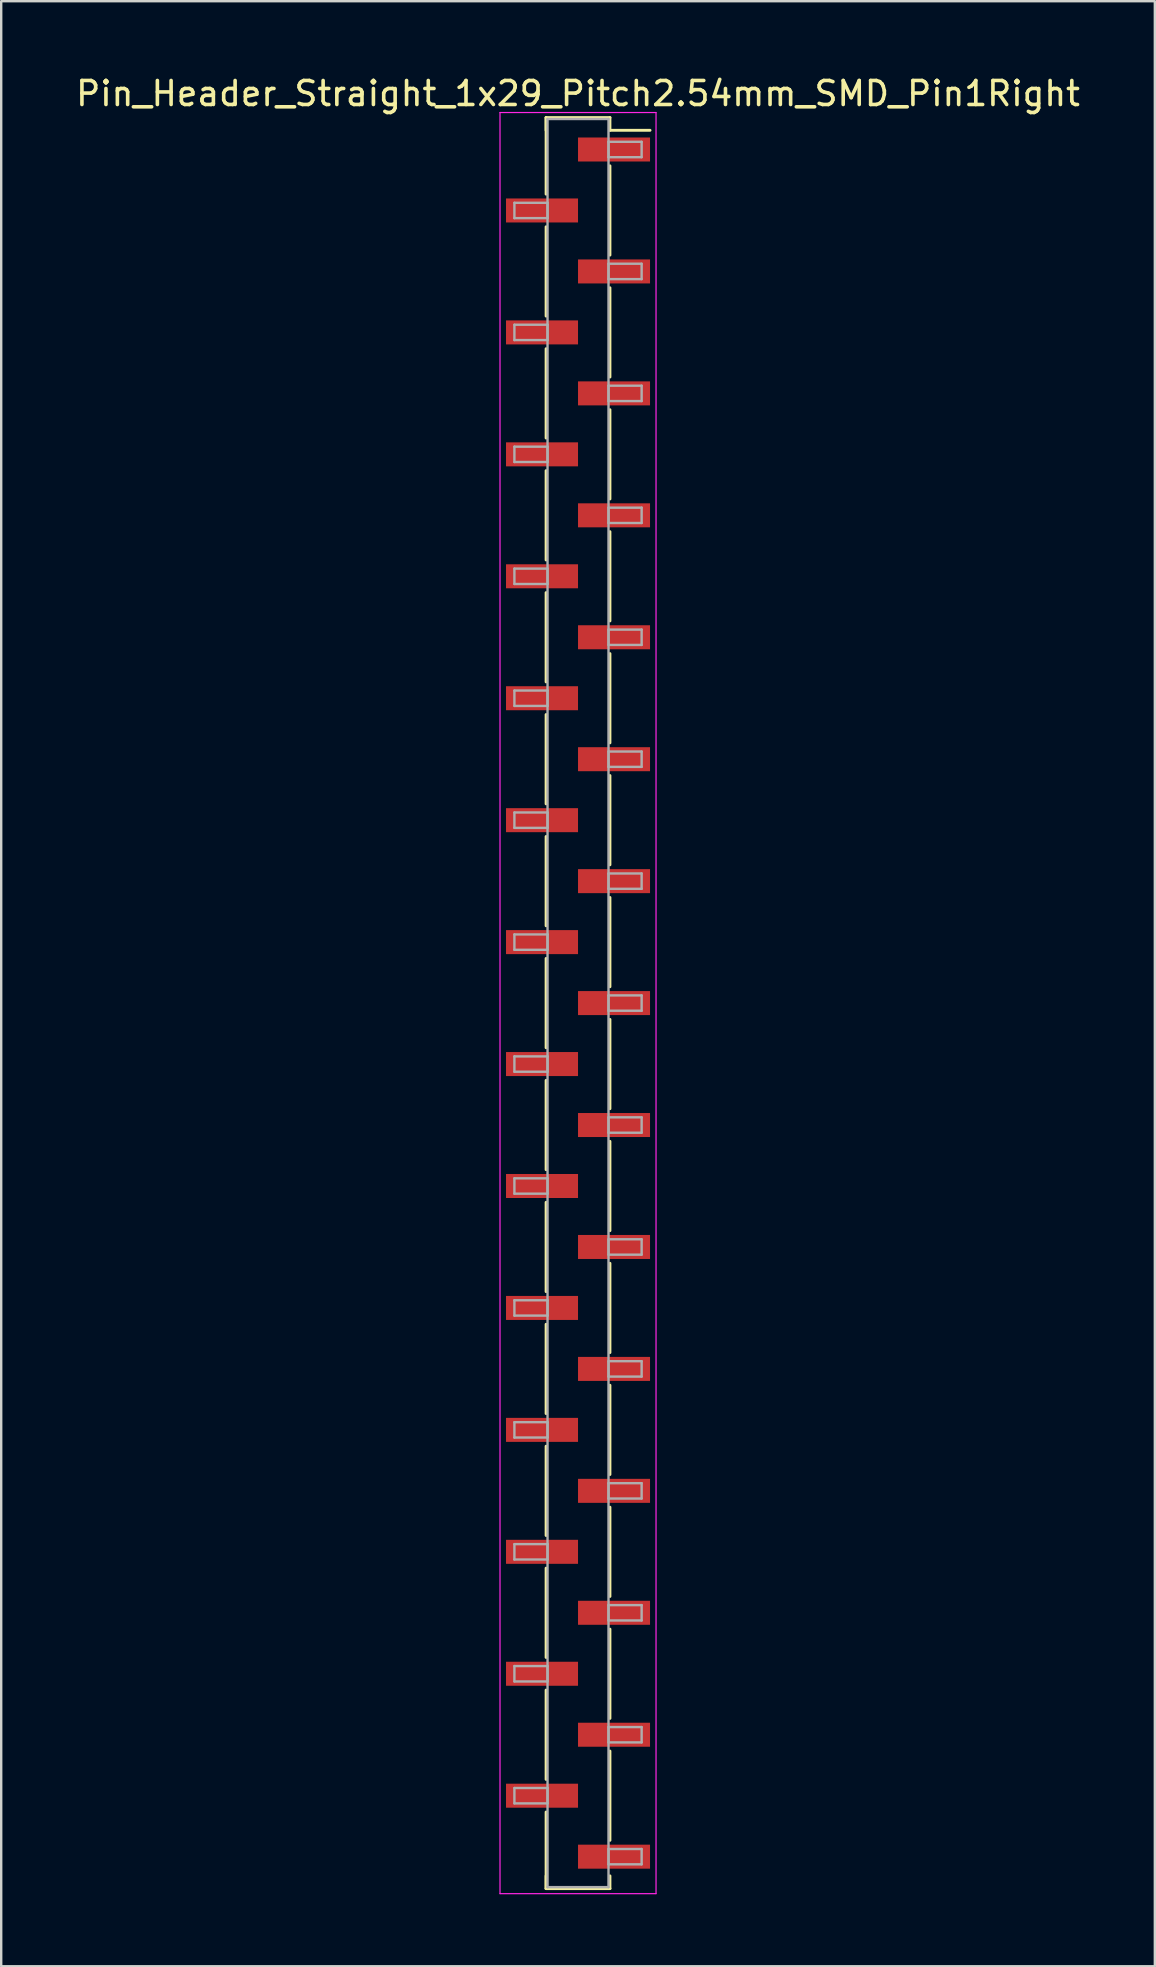
<source format=kicad_pcb>
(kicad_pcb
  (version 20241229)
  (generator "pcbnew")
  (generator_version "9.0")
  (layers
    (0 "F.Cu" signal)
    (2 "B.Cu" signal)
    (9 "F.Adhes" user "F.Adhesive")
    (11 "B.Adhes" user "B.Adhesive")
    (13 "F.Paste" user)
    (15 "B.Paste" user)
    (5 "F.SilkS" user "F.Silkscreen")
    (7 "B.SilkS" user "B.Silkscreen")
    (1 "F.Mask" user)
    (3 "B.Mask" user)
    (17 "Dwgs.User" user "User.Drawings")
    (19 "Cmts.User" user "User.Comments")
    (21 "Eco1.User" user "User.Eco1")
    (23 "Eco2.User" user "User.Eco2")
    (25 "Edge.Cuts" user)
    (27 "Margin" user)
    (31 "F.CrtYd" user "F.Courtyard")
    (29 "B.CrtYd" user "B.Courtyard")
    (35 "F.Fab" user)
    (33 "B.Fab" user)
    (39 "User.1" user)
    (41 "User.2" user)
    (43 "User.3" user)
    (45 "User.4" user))
  (footprint "Pin_Header_Straight_1x29_Pitch2.54mm_SMD_Pin1Right"
    (layer "F.Cu")
    (at 21.03 38.738)
    (property "Reference" "Pin_Header_Straight_1x29_Pitch2.54mm_SMD_Pin1Right" (at 0 -37.89 0) (layer "F.SilkS") (effects (font (size 1 1) (thickness 0.15))))
    (attr smd)
    (fp_line (start -1.33 -36.89) (end -1.33 -33.7) (stroke (width 0.12) (type solid)) (layer "F.SilkS"))
    (fp_line (start -1.33 -36.89) (end 1.33 -36.89) (stroke (width 0.12) (type solid)) (layer "F.SilkS"))
    (fp_line (start -1.33 -36.36) (end -1.33 -36.89) (stroke (width 0.12) (type solid)) (layer "F.SilkS"))
    (fp_line (start -1.33 -32.34) (end -1.33 -28.62) (stroke (width 0.12) (type solid)) (layer "F.SilkS"))
    (fp_line (start -1.33 -27.26) (end -1.33 -23.54) (stroke (width 0.12) (type solid)) (layer "F.SilkS"))
    (fp_line (start -1.33 -22.18) (end -1.33 -18.46) (stroke (width 0.12) (type solid)) (layer "F.SilkS"))
    (fp_line (start -1.33 -17.1) (end -1.33 -13.38) (stroke (width 0.12) (type solid)) (layer "F.SilkS"))
    (fp_line (start -1.33 -12.02) (end -1.33 -8.3) (stroke (width 0.12) (type solid)) (layer "F.SilkS"))
    (fp_line (start -1.33 -6.94) (end -1.33 -3.22) (stroke (width 0.12) (type solid)) (layer "F.SilkS"))
    (fp_line (start -1.33 -1.86) (end -1.33 1.86) (stroke (width 0.12) (type solid)) (layer "F.SilkS"))
    (fp_line (start -1.33 3.22) (end -1.33 6.94) (stroke (width 0.12) (type solid)) (layer "F.SilkS"))
    (fp_line (start -1.33 8.3) (end -1.33 12.02) (stroke (width 0.12) (type solid)) (layer "F.SilkS"))
    (fp_line (start -1.33 13.38) (end -1.33 17.1) (stroke (width 0.12) (type solid)) (layer "F.SilkS"))
    (fp_line (start -1.33 18.46) (end -1.33 22.18) (stroke (width 0.12) (type solid)) (layer "F.SilkS"))
    (fp_line (start -1.33 23.54) (end -1.33 27.26) (stroke (width 0.12) (type solid)) (layer "F.SilkS"))
    (fp_line (start -1.33 28.62) (end -1.33 32.34) (stroke (width 0.12) (type solid)) (layer "F.SilkS"))
    (fp_line (start -1.33 33.7) (end -1.33 36.89) (stroke (width 0.12) (type solid)) (layer "F.SilkS"))
    (fp_line (start -1.33 36.36) (end -1.33 36.89) (stroke (width 0.12) (type solid)) (layer "F.SilkS"))
    (fp_line (start -1.33 36.89) (end 1.33 36.89) (stroke (width 0.12) (type solid)) (layer "F.SilkS"))
    (fp_line (start 1.33 -36.89) (end 1.33 -36.36) (stroke (width 0.12) (type solid)) (layer "F.SilkS"))
    (fp_line (start 1.33 -36.36) (end 3 -36.36) (stroke (width 0.12) (type solid)) (layer "F.SilkS"))
    (fp_line (start 1.33 -34.88) (end 1.33 -31.16) (stroke (width 0.12) (type solid)) (layer "F.SilkS"))
    (fp_line (start 1.33 -29.8) (end 1.33 -26.08) (stroke (width 0.12) (type solid)) (layer "F.SilkS"))
    (fp_line (start 1.33 -24.72) (end 1.33 -21) (stroke (width 0.12) (type solid)) (layer "F.SilkS"))
    (fp_line (start 1.33 -19.64) (end 1.33 -15.92) (stroke (width 0.12) (type solid)) (layer "F.SilkS"))
    (fp_line (start 1.33 -14.56) (end 1.33 -10.84) (stroke (width 0.12) (type solid)) (layer "F.SilkS"))
    (fp_line (start 1.33 -9.48) (end 1.33 -5.76) (stroke (width 0.12) (type solid)) (layer "F.SilkS"))
    (fp_line (start 1.33 -4.4) (end 1.33 -0.68) (stroke (width 0.12) (type solid)) (layer "F.SilkS"))
    (fp_line (start 1.33 0.68) (end 1.33 4.4) (stroke (width 0.12) (type solid)) (layer "F.SilkS"))
    (fp_line (start 1.33 5.76) (end 1.33 9.48) (stroke (width 0.12) (type solid)) (layer "F.SilkS"))
    (fp_line (start 1.33 10.84) (end 1.33 14.56) (stroke (width 0.12) (type solid)) (layer "F.SilkS"))
    (fp_line (start 1.33 15.92) (end 1.33 19.64) (stroke (width 0.12) (type solid)) (layer "F.SilkS"))
    (fp_line (start 1.33 21) (end 1.33 24.72) (stroke (width 0.12) (type solid)) (layer "F.SilkS"))
    (fp_line (start 1.33 26.08) (end 1.33 29.8) (stroke (width 0.12) (type solid)) (layer "F.SilkS"))
    (fp_line (start 1.33 31.16) (end 1.33 34.88) (stroke (width 0.12) (type solid)) (layer "F.SilkS"))
    (fp_line (start 1.33 36.89) (end 1.33 36.36) (stroke (width 0.12) (type solid)) (layer "F.SilkS"))
    (fp_line (start -3.25 -37.1) (end -3.25 37.1) (stroke (width 0.05) (type solid)) (layer "F.CrtYd"))
    (fp_line (start -3.25 37.1) (end 3.25 37.1) (stroke (width 0.05) (type solid)) (layer "F.CrtYd"))
    (fp_line (start 3.25 -37.1) (end -3.25 -37.1) (stroke (width 0.05) (type solid)) (layer "F.CrtYd"))
    (fp_line (start 3.25 37.1) (end 3.25 -37.1) (stroke (width 0.05) (type solid)) (layer "F.CrtYd"))
    (fp_line (start -2.65 -33.34) (end -1.27 -33.34) (stroke (width 0.1) (type solid)) (layer "F.Fab"))
    (fp_line (start -2.65 -32.7) (end -2.65 -33.34) (stroke (width 0.1) (type solid)) (layer "F.Fab"))
    (fp_line (start -2.65 -28.26) (end -1.27 -28.26) (stroke (width 0.1) (type solid)) (layer "F.Fab"))
    (fp_line (start -2.65 -27.62) (end -2.65 -28.26) (stroke (width 0.1) (type solid)) (layer "F.Fab"))
    (fp_line (start -2.65 -23.18) (end -1.27 -23.18) (stroke (width 0.1) (type solid)) (layer "F.Fab"))
    (fp_line (start -2.65 -22.54) (end -2.65 -23.18) (stroke (width 0.1) (type solid)) (layer "F.Fab"))
    (fp_line (start -2.65 -18.1) (end -1.27 -18.1) (stroke (width 0.1) (type solid)) (layer "F.Fab"))
    (fp_line (start -2.65 -17.46) (end -2.65 -18.1) (stroke (width 0.1) (type solid)) (layer "F.Fab"))
    (fp_line (start -2.65 -13.02) (end -1.27 -13.02) (stroke (width 0.1) (type solid)) (layer "F.Fab"))
    (fp_line (start -2.65 -12.38) (end -2.65 -13.02) (stroke (width 0.1) (type solid)) (layer "F.Fab"))
    (fp_line (start -2.65 -7.94) (end -1.27 -7.94) (stroke (width 0.1) (type solid)) (layer "F.Fab"))
    (fp_line (start -2.65 -7.3) (end -2.65 -7.94) (stroke (width 0.1) (type solid)) (layer "F.Fab"))
    (fp_line (start -2.65 -2.86) (end -1.27 -2.86) (stroke (width 0.1) (type solid)) (layer "F.Fab"))
    (fp_line (start -2.65 -2.22) (end -2.65 -2.86) (stroke (width 0.1) (type solid)) (layer "F.Fab"))
    (fp_line (start -2.65 2.22) (end -1.27 2.22) (stroke (width 0.1) (type solid)) (layer "F.Fab"))
    (fp_line (start -2.65 2.86) (end -2.65 2.22) (stroke (width 0.1) (type solid)) (layer "F.Fab"))
    (fp_line (start -2.65 7.3) (end -1.27 7.3) (stroke (width 0.1) (type solid)) (layer "F.Fab"))
    (fp_line (start -2.65 7.94) (end -2.65 7.3) (stroke (width 0.1) (type solid)) (layer "F.Fab"))
    (fp_line (start -2.65 12.38) (end -1.27 12.38) (stroke (width 0.1) (type solid)) (layer "F.Fab"))
    (fp_line (start -2.65 13.02) (end -2.65 12.38) (stroke (width 0.1) (type solid)) (layer "F.Fab"))
    (fp_line (start -2.65 17.46) (end -1.27 17.46) (stroke (width 0.1) (type solid)) (layer "F.Fab"))
    (fp_line (start -2.65 18.1) (end -2.65 17.46) (stroke (width 0.1) (type solid)) (layer "F.Fab"))
    (fp_line (start -2.65 22.54) (end -1.27 22.54) (stroke (width 0.1) (type solid)) (layer "F.Fab"))
    (fp_line (start -2.65 23.18) (end -2.65 22.54) (stroke (width 0.1) (type solid)) (layer "F.Fab"))
    (fp_line (start -2.65 27.62) (end -1.27 27.62) (stroke (width 0.1) (type solid)) (layer "F.Fab"))
    (fp_line (start -2.65 28.26) (end -2.65 27.62) (stroke (width 0.1) (type solid)) (layer "F.Fab"))
    (fp_line (start -2.65 32.7) (end -1.27 32.7) (stroke (width 0.1) (type solid)) (layer "F.Fab"))
    (fp_line (start -2.65 33.34) (end -2.65 32.7) (stroke (width 0.1) (type solid)) (layer "F.Fab"))
    (fp_line (start -1.27 -36.83) (end -1.27 36.83) (stroke (width 0.1) (type solid)) (layer "F.Fab"))
    (fp_line (start -1.27 -33.34) (end -1.27 -32.7) (stroke (width 0.1) (type solid)) (layer "F.Fab"))
    (fp_line (start -1.27 -32.7) (end -2.65 -32.7) (stroke (width 0.1) (type solid)) (layer "F.Fab"))
    (fp_line (start -1.27 -28.26) (end -1.27 -27.62) (stroke (width 0.1) (type solid)) (layer "F.Fab"))
    (fp_line (start -1.27 -27.62) (end -2.65 -27.62) (stroke (width 0.1) (type solid)) (layer "F.Fab"))
    (fp_line (start -1.27 -23.18) (end -1.27 -22.54) (stroke (width 0.1) (type solid)) (layer "F.Fab"))
    (fp_line (start -1.27 -22.54) (end -2.65 -22.54) (stroke (width 0.1) (type solid)) (layer "F.Fab"))
    (fp_line (start -1.27 -18.1) (end -1.27 -17.46) (stroke (width 0.1) (type solid)) (layer "F.Fab"))
    (fp_line (start -1.27 -17.46) (end -2.65 -17.46) (stroke (width 0.1) (type solid)) (layer "F.Fab"))
    (fp_line (start -1.27 -13.02) (end -1.27 -12.38) (stroke (width 0.1) (type solid)) (layer "F.Fab"))
    (fp_line (start -1.27 -12.38) (end -2.65 -12.38) (stroke (width 0.1) (type solid)) (layer "F.Fab"))
    (fp_line (start -1.27 -7.94) (end -1.27 -7.3) (stroke (width 0.1) (type solid)) (layer "F.Fab"))
    (fp_line (start -1.27 -7.3) (end -2.65 -7.3) (stroke (width 0.1) (type solid)) (layer "F.Fab"))
    (fp_line (start -1.27 -2.86) (end -1.27 -2.22) (stroke (width 0.1) (type solid)) (layer "F.Fab"))
    (fp_line (start -1.27 -2.22) (end -2.65 -2.22) (stroke (width 0.1) (type solid)) (layer "F.Fab"))
    (fp_line (start -1.27 2.22) (end -1.27 2.86) (stroke (width 0.1) (type solid)) (layer "F.Fab"))
    (fp_line (start -1.27 2.86) (end -2.65 2.86) (stroke (width 0.1) (type solid)) (layer "F.Fab"))
    (fp_line (start -1.27 7.3) (end -1.27 7.94) (stroke (width 0.1) (type solid)) (layer "F.Fab"))
    (fp_line (start -1.27 7.94) (end -2.65 7.94) (stroke (width 0.1) (type solid)) (layer "F.Fab"))
    (fp_line (start -1.27 12.38) (end -1.27 13.02) (stroke (width 0.1) (type solid)) (layer "F.Fab"))
    (fp_line (start -1.27 13.02) (end -2.65 13.02) (stroke (width 0.1) (type solid)) (layer "F.Fab"))
    (fp_line (start -1.27 17.46) (end -1.27 18.1) (stroke (width 0.1) (type solid)) (layer "F.Fab"))
    (fp_line (start -1.27 18.1) (end -2.65 18.1) (stroke (width 0.1) (type solid)) (layer "F.Fab"))
    (fp_line (start -1.27 22.54) (end -1.27 23.18) (stroke (width 0.1) (type solid)) (layer "F.Fab"))
    (fp_line (start -1.27 23.18) (end -2.65 23.18) (stroke (width 0.1) (type solid)) (layer "F.Fab"))
    (fp_line (start -1.27 27.62) (end -1.27 28.26) (stroke (width 0.1) (type solid)) (layer "F.Fab"))
    (fp_line (start -1.27 28.26) (end -2.65 28.26) (stroke (width 0.1) (type solid)) (layer "F.Fab"))
    (fp_line (start -1.27 32.7) (end -1.27 33.34) (stroke (width 0.1) (type solid)) (layer "F.Fab"))
    (fp_line (start -1.27 33.34) (end -2.65 33.34) (stroke (width 0.1) (type solid)) (layer "F.Fab"))
    (fp_line (start -1.27 36.83) (end 1.27 36.83) (stroke (width 0.1) (type solid)) (layer "F.Fab"))
    (fp_line (start 1.27 -36.83) (end -1.27 -36.83) (stroke (width 0.1) (type solid)) (layer "F.Fab"))
    (fp_line (start 1.27 -35.88) (end 1.27 -35.24) (stroke (width 0.1) (type solid)) (layer "F.Fab"))
    (fp_line (start 1.27 -35.24) (end 2.65 -35.24) (stroke (width 0.1) (type solid)) (layer "F.Fab"))
    (fp_line (start 1.27 -30.8) (end 1.27 -30.16) (stroke (width 0.1) (type solid)) (layer "F.Fab"))
    (fp_line (start 1.27 -30.16) (end 2.65 -30.16) (stroke (width 0.1) (type solid)) (layer "F.Fab"))
    (fp_line (start 1.27 -25.72) (end 1.27 -25.08) (stroke (width 0.1) (type solid)) (layer "F.Fab"))
    (fp_line (start 1.27 -25.08) (end 2.65 -25.08) (stroke (width 0.1) (type solid)) (layer "F.Fab"))
    (fp_line (start 1.27 -20.64) (end 1.27 -20) (stroke (width 0.1) (type solid)) (layer "F.Fab"))
    (fp_line (start 1.27 -20) (end 2.65 -20) (stroke (width 0.1) (type solid)) (layer "F.Fab"))
    (fp_line (start 1.27 -15.56) (end 1.27 -14.92) (stroke (width 0.1) (type solid)) (layer "F.Fab"))
    (fp_line (start 1.27 -14.92) (end 2.65 -14.92) (stroke (width 0.1) (type solid)) (layer "F.Fab"))
    (fp_line (start 1.27 -10.48) (end 1.27 -9.84) (stroke (width 0.1) (type solid)) (layer "F.Fab"))
    (fp_line (start 1.27 -9.84) (end 2.65 -9.84) (stroke (width 0.1) (type solid)) (layer "F.Fab"))
    (fp_line (start 1.27 -5.4) (end 1.27 -4.76) (stroke (width 0.1) (type solid)) (layer "F.Fab"))
    (fp_line (start 1.27 -4.76) (end 2.65 -4.76) (stroke (width 0.1) (type solid)) (layer "F.Fab"))
    (fp_line (start 1.27 -0.32) (end 1.27 0.32) (stroke (width 0.1) (type solid)) (layer "F.Fab"))
    (fp_line (start 1.27 0.32) (end 2.65 0.32) (stroke (width 0.1) (type solid)) (layer "F.Fab"))
    (fp_line (start 1.27 4.76) (end 1.27 5.4) (stroke (width 0.1) (type solid)) (layer "F.Fab"))
    (fp_line (start 1.27 5.4) (end 2.65 5.4) (stroke (width 0.1) (type solid)) (layer "F.Fab"))
    (fp_line (start 1.27 9.84) (end 1.27 10.48) (stroke (width 0.1) (type solid)) (layer "F.Fab"))
    (fp_line (start 1.27 10.48) (end 2.65 10.48) (stroke (width 0.1) (type solid)) (layer "F.Fab"))
    (fp_line (start 1.27 14.92) (end 1.27 15.56) (stroke (width 0.1) (type solid)) (layer "F.Fab"))
    (fp_line (start 1.27 15.56) (end 2.65 15.56) (stroke (width 0.1) (type solid)) (layer "F.Fab"))
    (fp_line (start 1.27 20) (end 1.27 20.64) (stroke (width 0.1) (type solid)) (layer "F.Fab"))
    (fp_line (start 1.27 20.64) (end 2.65 20.64) (stroke (width 0.1) (type solid)) (layer "F.Fab"))
    (fp_line (start 1.27 25.08) (end 1.27 25.72) (stroke (width 0.1) (type solid)) (layer "F.Fab"))
    (fp_line (start 1.27 25.72) (end 2.65 25.72) (stroke (width 0.1) (type solid)) (layer "F.Fab"))
    (fp_line (start 1.27 30.16) (end 1.27 30.8) (stroke (width 0.1) (type solid)) (layer "F.Fab"))
    (fp_line (start 1.27 30.8) (end 2.65 30.8) (stroke (width 0.1) (type solid)) (layer "F.Fab"))
    (fp_line (start 1.27 35.24) (end 1.27 35.88) (stroke (width 0.1) (type solid)) (layer "F.Fab"))
    (fp_line (start 1.27 35.88) (end 2.65 35.88) (stroke (width 0.1) (type solid)) (layer "F.Fab"))
    (fp_line (start 1.27 36.83) (end 1.27 -36.83) (stroke (width 0.1) (type solid)) (layer "F.Fab"))
    (fp_line (start 2.65 -35.88) (end 1.27 -35.88) (stroke (width 0.1) (type solid)) (layer "F.Fab"))
    (fp_line (start 2.65 -35.24) (end 2.65 -35.88) (stroke (width 0.1) (type solid)) (layer "F.Fab"))
    (fp_line (start 2.65 -30.8) (end 1.27 -30.8) (stroke (width 0.1) (type solid)) (layer "F.Fab"))
    (fp_line (start 2.65 -30.16) (end 2.65 -30.8) (stroke (width 0.1) (type solid)) (layer "F.Fab"))
    (fp_line (start 2.65 -25.72) (end 1.27 -25.72) (stroke (width 0.1) (type solid)) (layer "F.Fab"))
    (fp_line (start 2.65 -25.08) (end 2.65 -25.72) (stroke (width 0.1) (type solid)) (layer "F.Fab"))
    (fp_line (start 2.65 -20.64) (end 1.27 -20.64) (stroke (width 0.1) (type solid)) (layer "F.Fab"))
    (fp_line (start 2.65 -20) (end 2.65 -20.64) (stroke (width 0.1) (type solid)) (layer "F.Fab"))
    (fp_line (start 2.65 -15.56) (end 1.27 -15.56) (stroke (width 0.1) (type solid)) (layer "F.Fab"))
    (fp_line (start 2.65 -14.92) (end 2.65 -15.56) (stroke (width 0.1) (type solid)) (layer "F.Fab"))
    (fp_line (start 2.65 -10.48) (end 1.27 -10.48) (stroke (width 0.1) (type solid)) (layer "F.Fab"))
    (fp_line (start 2.65 -9.84) (end 2.65 -10.48) (stroke (width 0.1) (type solid)) (layer "F.Fab"))
    (fp_line (start 2.65 -5.4) (end 1.27 -5.4) (stroke (width 0.1) (type solid)) (layer "F.Fab"))
    (fp_line (start 2.65 -4.76) (end 2.65 -5.4) (stroke (width 0.1) (type solid)) (layer "F.Fab"))
    (fp_line (start 2.65 -0.32) (end 1.27 -0.32) (stroke (width 0.1) (type solid)) (layer "F.Fab"))
    (fp_line (start 2.65 0.32) (end 2.65 -0.32) (stroke (width 0.1) (type solid)) (layer "F.Fab"))
    (fp_line (start 2.65 4.76) (end 1.27 4.76) (stroke (width 0.1) (type solid)) (layer "F.Fab"))
    (fp_line (start 2.65 5.4) (end 2.65 4.76) (stroke (width 0.1) (type solid)) (layer "F.Fab"))
    (fp_line (start 2.65 9.84) (end 1.27 9.84) (stroke (width 0.1) (type solid)) (layer "F.Fab"))
    (fp_line (start 2.65 10.48) (end 2.65 9.84) (stroke (width 0.1) (type solid)) (layer "F.Fab"))
    (fp_line (start 2.65 14.92) (end 1.27 14.92) (stroke (width 0.1) (type solid)) (layer "F.Fab"))
    (fp_line (start 2.65 15.56) (end 2.65 14.92) (stroke (width 0.1) (type solid)) (layer "F.Fab"))
    (fp_line (start 2.65 20) (end 1.27 20) (stroke (width 0.1) (type solid)) (layer "F.Fab"))
    (fp_line (start 2.65 20.64) (end 2.65 20) (stroke (width 0.1) (type solid)) (layer "F.Fab"))
    (fp_line (start 2.65 25.08) (end 1.27 25.08) (stroke (width 0.1) (type solid)) (layer "F.Fab"))
    (fp_line (start 2.65 25.72) (end 2.65 25.08) (stroke (width 0.1) (type solid)) (layer "F.Fab"))
    (fp_line (start 2.65 30.16) (end 1.27 30.16) (stroke (width 0.1) (type solid)) (layer "F.Fab"))
    (fp_line (start 2.65 30.8) (end 2.65 30.16) (stroke (width 0.1) (type solid)) (layer "F.Fab"))
    (fp_line (start 2.65 35.24) (end 1.27 35.24) (stroke (width 0.1) (type solid)) (layer "F.Fab"))
    (fp_line (start 2.65 35.88) (end 2.65 35.24) (stroke (width 0.1) (type solid)) (layer "F.Fab"))
    (pad "1" smd rect (at 1.5 -35.56) (size 3 1) (layers "F.Cu" "F.Mask"))
    (pad "2" smd rect (at -1.5 -33.02) (size 3 1) (layers "F.Cu" "F.Mask"))
    (pad "3" smd rect (at 1.5 -30.48) (size 3 1) (layers "F.Cu" "F.Mask"))
    (pad "4" smd rect (at -1.5 -27.94) (size 3 1) (layers "F.Cu" "F.Mask"))
    (pad "5" smd rect (at 1.5 -25.4) (size 3 1) (layers "F.Cu" "F.Mask"))
    (pad "6" smd rect (at -1.5 -22.86) (size 3 1) (layers "F.Cu" "F.Mask"))
    (pad "7" smd rect (at 1.5 -20.32) (size 3 1) (layers "F.Cu" "F.Mask"))
    (pad "8" smd rect (at -1.5 -17.78) (size 3 1) (layers "F.Cu" "F.Mask"))
    (pad "9" smd rect (at 1.5 -15.24) (size 3 1) (layers "F.Cu" "F.Mask"))
    (pad "10" smd rect (at -1.5 -12.7) (size 3 1) (layers "F.Cu" "F.Mask"))
    (pad "11" smd rect (at 1.5 -10.16) (size 3 1) (layers "F.Cu" "F.Mask"))
    (pad "12" smd rect (at -1.5 -7.62) (size 3 1) (layers "F.Cu" "F.Mask"))
    (pad "13" smd rect (at 1.5 -5.08) (size 3 1) (layers "F.Cu" "F.Mask"))
    (pad "14" smd rect (at -1.5 -2.54) (size 3 1) (layers "F.Cu" "F.Mask"))
    (pad "15" smd rect (at 1.5 0) (size 3 1) (layers "F.Cu" "F.Mask"))
    (pad "16" smd rect (at -1.5 2.54) (size 3 1) (layers "F.Cu" "F.Mask"))
    (pad "17" smd rect (at 1.5 5.08) (size 3 1) (layers "F.Cu" "F.Mask"))
    (pad "18" smd rect (at -1.5 7.62) (size 3 1) (layers "F.Cu" "F.Mask"))
    (pad "19" smd rect (at 1.5 10.16) (size 3 1) (layers "F.Cu" "F.Mask"))
    (pad "20" smd rect (at -1.5 12.7) (size 3 1) (layers "F.Cu" "F.Mask"))
    (pad "21" smd rect (at 1.5 15.24) (size 3 1) (layers "F.Cu" "F.Mask"))
    (pad "22" smd rect (at -1.5 17.78) (size 3 1) (layers "F.Cu" "F.Mask"))
    (pad "23" smd rect (at 1.5 20.32) (size 3 1) (layers "F.Cu" "F.Mask"))
    (pad "24" smd rect (at -1.5 22.86) (size 3 1) (layers "F.Cu" "F.Mask"))
    (pad "25" smd rect (at 1.5 25.4) (size 3 1) (layers "F.Cu" "F.Mask"))
    (pad "26" smd rect (at -1.5 27.94) (size 3 1) (layers "F.Cu" "F.Mask"))
    (pad "27" smd rect (at 1.5 30.48) (size 3 1) (layers "F.Cu" "F.Mask"))
    (pad "28" smd rect (at -1.5 33.02) (size 3 1) (layers "F.Cu" "F.Mask"))
    (pad "29" smd rect (at 1.5 35.56) (size 3 1) (layers "F.Cu" "F.Mask")))
  (gr_rect
    (start -3 -3)
    (end 45.06 78.863)
    (stroke (width 0.1) (type default))
    (fill no)
    (layer "Edge.Cuts")))
</source>
